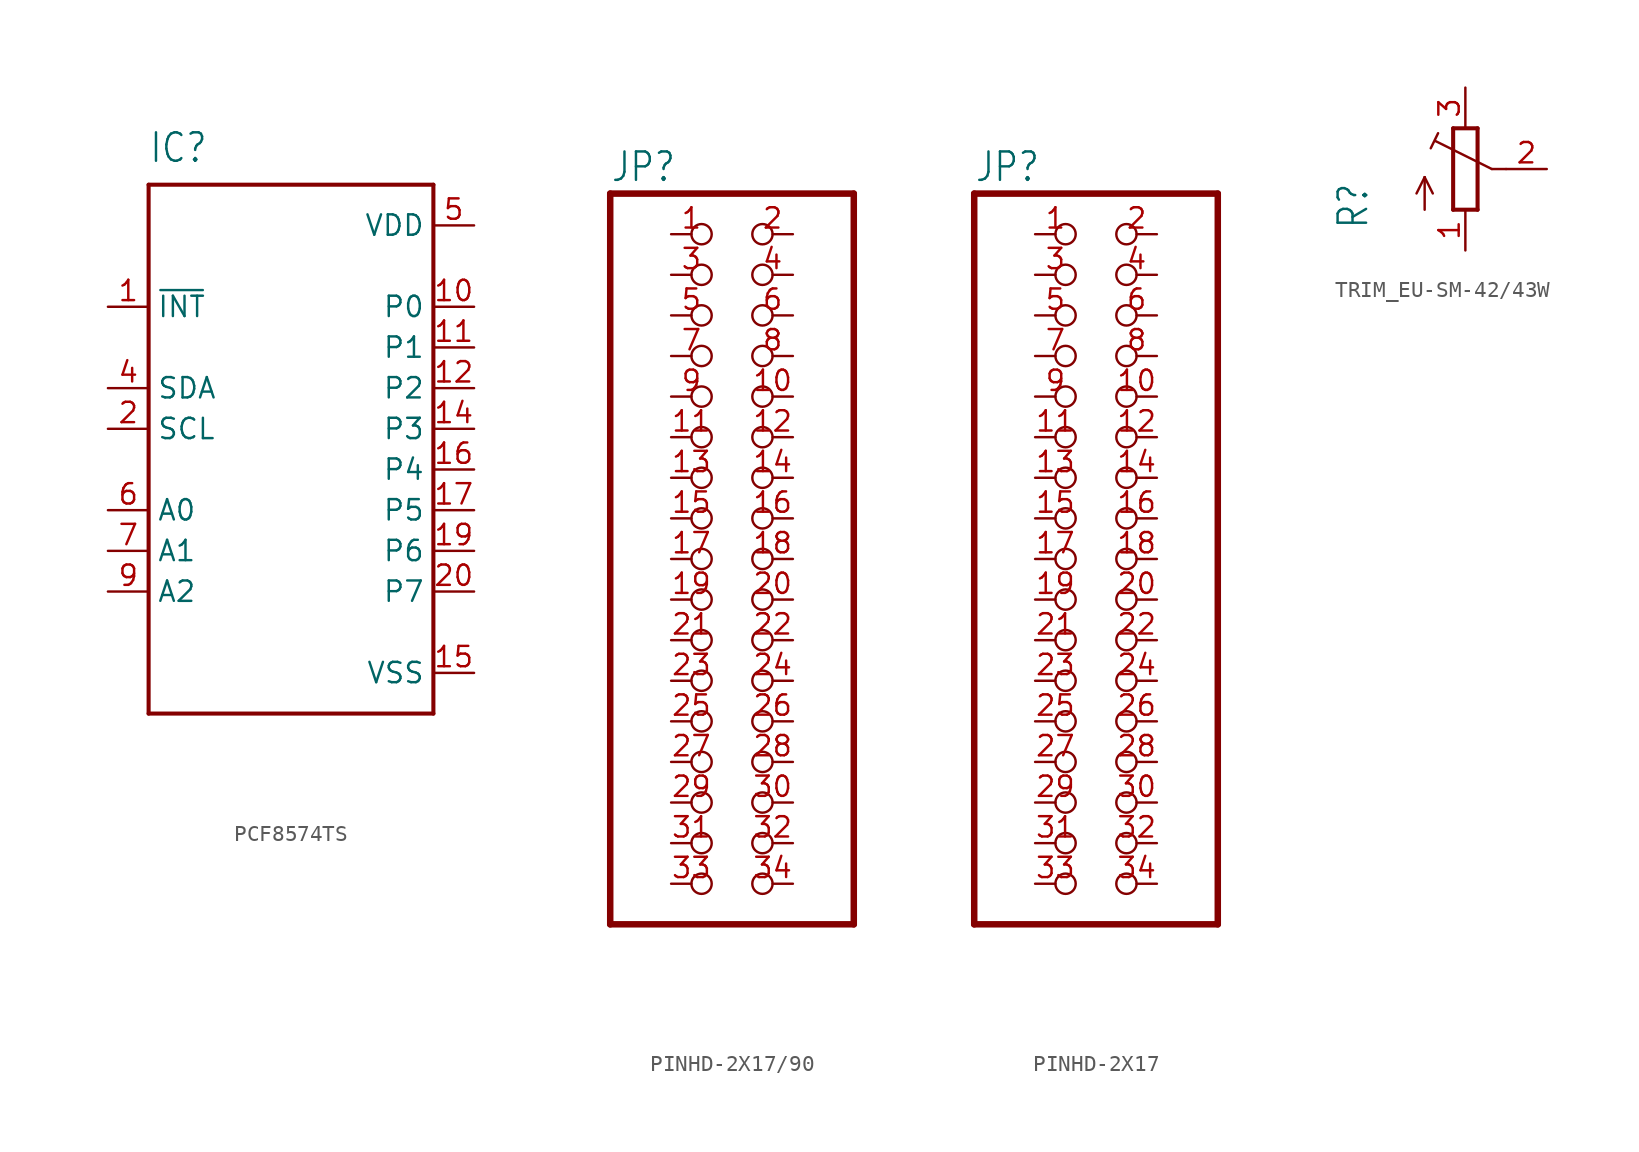
<source format=kicad_sym>
(kicad_symbol_lib
  (version 20220914)
  (generator kicad_symbol_editor)
  (symbol "PCF8574TS"
    (property "Reference" "IC"
      (at -7.62 16.51 0)
      (effects (font (size 1.778 1.511)) (justify left bottom)))
    (property "Value" ""
      (at -7.62 -20.32 0)
      (effects (font (size 1.778 1.511)) (justify left bottom)))
    (property "ki_locked" ""
      (at 0 0 0)
      (effects (font (size 1.27 1.27))))
    (symbol "PCF8574TS_1_0"
      (polyline (pts (xy -7.62 -17.78) (xy -7.62 15.24)) (stroke (width 0.254) (type solid)) (fill (type none)))
      (polyline (pts (xy -7.62 15.24) (xy 10.16 15.24)) (stroke (width 0.254) (type solid)) (fill (type none)))
      (polyline (pts (xy 10.16 -17.78) (xy -7.62 -17.78)) (stroke (width 0.254) (type solid)) (fill (type none)))
      (polyline (pts (xy 10.16 15.24) (xy 10.16 -17.78)) (stroke (width 0.254) (type solid)) (fill (type none)))
      (pin output line (at -10.16 7.62 0) (length 2.54) (name "~{INT}" (effects (font (size 1.27 1.27)))) (number "1" (effects (font (size 1.27 1.27)))))
      (pin bidirectional line (at 12.7 7.62 180) (length 2.54) (name "P0" (effects (font (size 1.27 1.27)))) (number "10" (effects (font (size 1.27 1.27)))))
      (pin bidirectional line (at 12.7 5.08 180) (length 2.54) (name "P1" (effects (font (size 1.27 1.27)))) (number "11" (effects (font (size 1.27 1.27)))))
      (pin bidirectional line (at 12.7 2.54 180) (length 2.54) (name "P2" (effects (font (size 1.27 1.27)))) (number "12" (effects (font (size 1.27 1.27)))))
      (pin bidirectional line (at 12.7 0 180) (length 2.54) (name "P3" (effects (font (size 1.27 1.27)))) (number "14" (effects (font (size 1.27 1.27)))))
      (pin power_in line (at 12.7 -15.24 180) (length 2.54) (name "VSS" (effects (font (size 1.27 1.27)))) (number "15" (effects (font (size 1.27 1.27)))))
      (pin bidirectional line (at 12.7 -2.54 180) (length 2.54) (name "P4" (effects (font (size 1.27 1.27)))) (number "16" (effects (font (size 1.27 1.27)))))
      (pin bidirectional line (at 12.7 -5.08 180) (length 2.54) (name "P5" (effects (font (size 1.27 1.27)))) (number "17" (effects (font (size 1.27 1.27)))))
      (pin bidirectional line (at 12.7 -7.62 180) (length 2.54) (name "P6" (effects (font (size 1.27 1.27)))) (number "19" (effects (font (size 1.27 1.27)))))
      (pin input line (at -10.16 0 0) (length 2.54) (name "SCL" (effects (font (size 1.27 1.27)))) (number "2" (effects (font (size 1.27 1.27)))))
      (pin bidirectional line (at 12.7 -10.16 180) (length 2.54) (name "P7" (effects (font (size 1.27 1.27)))) (number "20" (effects (font (size 1.27 1.27)))))
      (pin bidirectional line (at -10.16 2.54 0) (length 2.54) (name "SDA" (effects (font (size 1.27 1.27)))) (number "4" (effects (font (size 1.27 1.27)))))
      (pin power_in line (at 12.7 12.7 180) (length 2.54) (name "VDD" (effects (font (size 1.27 1.27)))) (number "5" (effects (font (size 1.27 1.27)))))
      (pin input line (at -10.16 -5.08 0) (length 2.54) (name "A0" (effects (font (size 1.27 1.27)))) (number "6" (effects (font (size 1.27 1.27)))))
      (pin input line (at -10.16 -7.62 0) (length 2.54) (name "A1" (effects (font (size 1.27 1.27)))) (number "7" (effects (font (size 1.27 1.27)))))
      (pin input line (at -10.16 -10.16 0) (length 2.54) (name "A2" (effects (font (size 1.27 1.27)))) (number "9" (effects (font (size 1.27 1.27)))))))
  (symbol "PINHD-2X17/90"
    (property "Reference" "JP"
      (at -6.35 23.495 0)
      (effects (font (size 1.778 1.511)) (justify left bottom)))
    (property "Value" ""
      (at -6.35 -25.4 0)
      (effects (font (size 1.778 1.511)) (justify left bottom)))
    (property "ki_locked" ""
      (at 0 0 0)
      (effects (font (size 1.27 1.27))))
    (symbol "PINHD-2X17/90_1_0"
      (polyline (pts (xy -6.35 -22.86) (xy 8.89 -22.86)) (stroke (width 0.406) (type solid)) (fill (type none)))
      (polyline (pts (xy -6.35 22.86) (xy -6.35 -22.86)) (stroke (width 0.406) (type solid)) (fill (type none)))
      (polyline (pts (xy 8.89 -22.86) (xy 8.89 22.86)) (stroke (width 0.406) (type solid)) (fill (type none)))
      (polyline (pts (xy 8.89 22.86) (xy -6.35 22.86)) (stroke (width 0.406) (type solid)) (fill (type none)))
      (pin passive inverted (at -2.54 20.32 0) (length 2.54) (name "1" (effects (font (size 0 0)))) (number "1" (effects (font (size 1.27 1.27)))))
      (pin passive inverted (at 5.08 10.16 180) (length 2.54) (name "10" (effects (font (size 0 0)))) (number "10" (effects (font (size 1.27 1.27)))))
      (pin passive inverted (at -2.54 7.62 0) (length 2.54) (name "11" (effects (font (size 0 0)))) (number "11" (effects (font (size 1.27 1.27)))))
      (pin passive inverted (at 5.08 7.62 180) (length 2.54) (name "12" (effects (font (size 0 0)))) (number "12" (effects (font (size 1.27 1.27)))))
      (pin passive inverted (at -2.54 5.08 0) (length 2.54) (name "13" (effects (font (size 0 0)))) (number "13" (effects (font (size 1.27 1.27)))))
      (pin passive inverted (at 5.08 5.08 180) (length 2.54) (name "14" (effects (font (size 0 0)))) (number "14" (effects (font (size 1.27 1.27)))))
      (pin passive inverted (at -2.54 2.54 0) (length 2.54) (name "15" (effects (font (size 0 0)))) (number "15" (effects (font (size 1.27 1.27)))))
      (pin passive inverted (at 5.08 2.54 180) (length 2.54) (name "16" (effects (font (size 0 0)))) (number "16" (effects (font (size 1.27 1.27)))))
      (pin passive inverted (at -2.54 0 0) (length 2.54) (name "17" (effects (font (size 0 0)))) (number "17" (effects (font (size 1.27 1.27)))))
      (pin passive inverted (at 5.08 0 180) (length 2.54) (name "18" (effects (font (size 0 0)))) (number "18" (effects (font (size 1.27 1.27)))))
      (pin passive inverted (at -2.54 -2.54 0) (length 2.54) (name "19" (effects (font (size 0 0)))) (number "19" (effects (font (size 1.27 1.27)))))
      (pin passive inverted (at 5.08 20.32 180) (length 2.54) (name "2" (effects (font (size 0 0)))) (number "2" (effects (font (size 1.27 1.27)))))
      (pin passive inverted (at 5.08 -2.54 180) (length 2.54) (name "20" (effects (font (size 0 0)))) (number "20" (effects (font (size 1.27 1.27)))))
      (pin passive inverted (at -2.54 -5.08 0) (length 2.54) (name "21" (effects (font (size 0 0)))) (number "21" (effects (font (size 1.27 1.27)))))
      (pin passive inverted (at 5.08 -5.08 180) (length 2.54) (name "22" (effects (font (size 0 0)))) (number "22" (effects (font (size 1.27 1.27)))))
      (pin passive inverted (at -2.54 -7.62 0) (length 2.54) (name "23" (effects (font (size 0 0)))) (number "23" (effects (font (size 1.27 1.27)))))
      (pin passive inverted (at 5.08 -7.62 180) (length 2.54) (name "24" (effects (font (size 0 0)))) (number "24" (effects (font (size 1.27 1.27)))))
      (pin passive inverted (at -2.54 -10.16 0) (length 2.54) (name "25" (effects (font (size 0 0)))) (number "25" (effects (font (size 1.27 1.27)))))
      (pin passive inverted (at 5.08 -10.16 180) (length 2.54) (name "26" (effects (font (size 0 0)))) (number "26" (effects (font (size 1.27 1.27)))))
      (pin passive inverted (at -2.54 -12.7 0) (length 2.54) (name "27" (effects (font (size 0 0)))) (number "27" (effects (font (size 1.27 1.27)))))
      (pin passive inverted (at 5.08 -12.7 180) (length 2.54) (name "28" (effects (font (size 0 0)))) (number "28" (effects (font (size 1.27 1.27)))))
      (pin passive inverted (at -2.54 -15.24 0) (length 2.54) (name "29" (effects (font (size 0 0)))) (number "29" (effects (font (size 1.27 1.27)))))
      (pin passive inverted (at -2.54 17.78 0) (length 2.54) (name "3" (effects (font (size 0 0)))) (number "3" (effects (font (size 1.27 1.27)))))
      (pin passive inverted (at 5.08 -15.24 180) (length 2.54) (name "30" (effects (font (size 0 0)))) (number "30" (effects (font (size 1.27 1.27)))))
      (pin passive inverted (at -2.54 -17.78 0) (length 2.54) (name "31" (effects (font (size 0 0)))) (number "31" (effects (font (size 1.27 1.27)))))
      (pin passive inverted (at 5.08 -17.78 180) (length 2.54) (name "32" (effects (font (size 0 0)))) (number "32" (effects (font (size 1.27 1.27)))))
      (pin passive inverted (at -2.54 -20.32 0) (length 2.54) (name "33" (effects (font (size 0 0)))) (number "33" (effects (font (size 1.27 1.27)))))
      (pin passive inverted (at 5.08 -20.32 180) (length 2.54) (name "34" (effects (font (size 0 0)))) (number "34" (effects (font (size 1.27 1.27)))))
      (pin passive inverted (at 5.08 17.78 180) (length 2.54) (name "4" (effects (font (size 0 0)))) (number "4" (effects (font (size 1.27 1.27)))))
      (pin passive inverted (at -2.54 15.24 0) (length 2.54) (name "5" (effects (font (size 0 0)))) (number "5" (effects (font (size 1.27 1.27)))))
      (pin passive inverted (at 5.08 15.24 180) (length 2.54) (name "6" (effects (font (size 0 0)))) (number "6" (effects (font (size 1.27 1.27)))))
      (pin passive inverted (at -2.54 12.7 0) (length 2.54) (name "7" (effects (font (size 0 0)))) (number "7" (effects (font (size 1.27 1.27)))))
      (pin passive inverted (at 5.08 12.7 180) (length 2.54) (name "8" (effects (font (size 0 0)))) (number "8" (effects (font (size 1.27 1.27)))))
      (pin passive inverted (at -2.54 10.16 0) (length 2.54) (name "9" (effects (font (size 0 0)))) (number "9" (effects (font (size 1.27 1.27)))))))
  (symbol "PINHD-2X17"
    (property "Reference" "JP"
      (at -6.35 23.495 0)
      (effects (font (size 1.778 1.511)) (justify left bottom)))
    (property "Value" ""
      (at -6.35 -25.4 0)
      (effects (font (size 1.778 1.511)) (justify left bottom)))
    (property "ki_locked" ""
      (at 0 0 0)
      (effects (font (size 1.27 1.27))))
    (symbol "PINHD-2X17_1_0"
      (polyline (pts (xy -6.35 -22.86) (xy 8.89 -22.86)) (stroke (width 0.406) (type solid)) (fill (type none)))
      (polyline (pts (xy -6.35 22.86) (xy -6.35 -22.86)) (stroke (width 0.406) (type solid)) (fill (type none)))
      (polyline (pts (xy 8.89 -22.86) (xy 8.89 22.86)) (stroke (width 0.406) (type solid)) (fill (type none)))
      (polyline (pts (xy 8.89 22.86) (xy -6.35 22.86)) (stroke (width 0.406) (type solid)) (fill (type none)))
      (pin passive inverted (at -2.54 20.32 0) (length 2.54) (name "1" (effects (font (size 0 0)))) (number "1" (effects (font (size 1.27 1.27)))))
      (pin passive inverted (at 5.08 10.16 180) (length 2.54) (name "10" (effects (font (size 0 0)))) (number "10" (effects (font (size 1.27 1.27)))))
      (pin passive inverted (at -2.54 7.62 0) (length 2.54) (name "11" (effects (font (size 0 0)))) (number "11" (effects (font (size 1.27 1.27)))))
      (pin passive inverted (at 5.08 7.62 180) (length 2.54) (name "12" (effects (font (size 0 0)))) (number "12" (effects (font (size 1.27 1.27)))))
      (pin passive inverted (at -2.54 5.08 0) (length 2.54) (name "13" (effects (font (size 0 0)))) (number "13" (effects (font (size 1.27 1.27)))))
      (pin passive inverted (at 5.08 5.08 180) (length 2.54) (name "14" (effects (font (size 0 0)))) (number "14" (effects (font (size 1.27 1.27)))))
      (pin passive inverted (at -2.54 2.54 0) (length 2.54) (name "15" (effects (font (size 0 0)))) (number "15" (effects (font (size 1.27 1.27)))))
      (pin passive inverted (at 5.08 2.54 180) (length 2.54) (name "16" (effects (font (size 0 0)))) (number "16" (effects (font (size 1.27 1.27)))))
      (pin passive inverted (at -2.54 0 0) (length 2.54) (name "17" (effects (font (size 0 0)))) (number "17" (effects (font (size 1.27 1.27)))))
      (pin passive inverted (at 5.08 0 180) (length 2.54) (name "18" (effects (font (size 0 0)))) (number "18" (effects (font (size 1.27 1.27)))))
      (pin passive inverted (at -2.54 -2.54 0) (length 2.54) (name "19" (effects (font (size 0 0)))) (number "19" (effects (font (size 1.27 1.27)))))
      (pin passive inverted (at 5.08 20.32 180) (length 2.54) (name "2" (effects (font (size 0 0)))) (number "2" (effects (font (size 1.27 1.27)))))
      (pin passive inverted (at 5.08 -2.54 180) (length 2.54) (name "20" (effects (font (size 0 0)))) (number "20" (effects (font (size 1.27 1.27)))))
      (pin passive inverted (at -2.54 -5.08 0) (length 2.54) (name "21" (effects (font (size 0 0)))) (number "21" (effects (font (size 1.27 1.27)))))
      (pin passive inverted (at 5.08 -5.08 180) (length 2.54) (name "22" (effects (font (size 0 0)))) (number "22" (effects (font (size 1.27 1.27)))))
      (pin passive inverted (at -2.54 -7.62 0) (length 2.54) (name "23" (effects (font (size 0 0)))) (number "23" (effects (font (size 1.27 1.27)))))
      (pin passive inverted (at 5.08 -7.62 180) (length 2.54) (name "24" (effects (font (size 0 0)))) (number "24" (effects (font (size 1.27 1.27)))))
      (pin passive inverted (at -2.54 -10.16 0) (length 2.54) (name "25" (effects (font (size 0 0)))) (number "25" (effects (font (size 1.27 1.27)))))
      (pin passive inverted (at 5.08 -10.16 180) (length 2.54) (name "26" (effects (font (size 0 0)))) (number "26" (effects (font (size 1.27 1.27)))))
      (pin passive inverted (at -2.54 -12.7 0) (length 2.54) (name "27" (effects (font (size 0 0)))) (number "27" (effects (font (size 1.27 1.27)))))
      (pin passive inverted (at 5.08 -12.7 180) (length 2.54) (name "28" (effects (font (size 0 0)))) (number "28" (effects (font (size 1.27 1.27)))))
      (pin passive inverted (at -2.54 -15.24 0) (length 2.54) (name "29" (effects (font (size 0 0)))) (number "29" (effects (font (size 1.27 1.27)))))
      (pin passive inverted (at -2.54 17.78 0) (length 2.54) (name "3" (effects (font (size 0 0)))) (number "3" (effects (font (size 1.27 1.27)))))
      (pin passive inverted (at 5.08 -15.24 180) (length 2.54) (name "30" (effects (font (size 0 0)))) (number "30" (effects (font (size 1.27 1.27)))))
      (pin passive inverted (at -2.54 -17.78 0) (length 2.54) (name "31" (effects (font (size 0 0)))) (number "31" (effects (font (size 1.27 1.27)))))
      (pin passive inverted (at 5.08 -17.78 180) (length 2.54) (name "32" (effects (font (size 0 0)))) (number "32" (effects (font (size 1.27 1.27)))))
      (pin passive inverted (at -2.54 -20.32 0) (length 2.54) (name "33" (effects (font (size 0 0)))) (number "33" (effects (font (size 1.27 1.27)))))
      (pin passive inverted (at 5.08 -20.32 180) (length 2.54) (name "34" (effects (font (size 0 0)))) (number "34" (effects (font (size 1.27 1.27)))))
      (pin passive inverted (at 5.08 17.78 180) (length 2.54) (name "4" (effects (font (size 0 0)))) (number "4" (effects (font (size 1.27 1.27)))))
      (pin passive inverted (at -2.54 15.24 0) (length 2.54) (name "5" (effects (font (size 0 0)))) (number "5" (effects (font (size 1.27 1.27)))))
      (pin passive inverted (at 5.08 15.24 180) (length 2.54) (name "6" (effects (font (size 0 0)))) (number "6" (effects (font (size 1.27 1.27)))))
      (pin passive inverted (at -2.54 12.7 0) (length 2.54) (name "7" (effects (font (size 0 0)))) (number "7" (effects (font (size 1.27 1.27)))))
      (pin passive inverted (at 5.08 12.7 180) (length 2.54) (name "8" (effects (font (size 0 0)))) (number "8" (effects (font (size 1.27 1.27)))))
      (pin passive inverted (at -2.54 10.16 0) (length 2.54) (name "9" (effects (font (size 0 0)))) (number "9" (effects (font (size 1.27 1.27)))))))
  (symbol "TRIM_EU-SM-42/43W"
    (property "Reference" "R"
      (at -5.969 -3.81 90)
      (effects (font (size 1.778 1.511)) (justify left bottom)))
    (property "Value" ""
      (at -3.81 -3.81 90)
      (effects (font (size 1.778 1.511)) (justify left bottom)))
    (property "ki_locked" ""
      (at 0 0 0)
      (effects (font (size 1.27 1.27))))
    (symbol "TRIM_EU-SM-42/43W_1_0"
      (polyline (pts (xy -2.54 -2.54) (xy -2.54 -0.508)) (stroke (width 0.152) (type solid)) (fill (type none)))
      (polyline (pts (xy -2.54 -0.508) (xy -3.048 -1.524)) (stroke (width 0.152) (type solid)) (fill (type none)))
      (polyline (pts (xy -2.54 -0.508) (xy -2.032 -1.524)) (stroke (width 0.152) (type solid)) (fill (type none)))
      (polyline (pts (xy -2.16 1.294) (xy -1.702 2.235)) (stroke (width 0.152) (type solid)) (fill (type none)))
      (polyline (pts (xy -0.762 -2.54) (xy 0.762 -2.54)) (stroke (width 0.254) (type solid)) (fill (type none)))
      (polyline (pts (xy -0.762 2.54) (xy -0.762 -2.54)) (stroke (width 0.254) (type solid)) (fill (type none)))
      (polyline (pts (xy 0.762 -2.54) (xy 0.762 2.54)) (stroke (width 0.254) (type solid)) (fill (type none)))
      (polyline (pts (xy 0.762 2.54) (xy -0.762 2.54)) (stroke (width 0.254) (type solid)) (fill (type none)))
      (polyline (pts (xy 1.651 0) (xy -1.88 1.753)) (stroke (width 0.152) (type solid)) (fill (type none)))
      (polyline (pts (xy 2.54 0) (xy 1.651 0)) (stroke (width 0.152) (type solid)) (fill (type none)))
      (pin passive line (at 0 -5.08 90) (length 2.54) (name "A" (effects (font (size 0 0)))) (number "1" (effects (font (size 1.27 1.27)))))
      (pin passive line (at 5.08 0 180) (length 2.54) (name "S" (effects (font (size 0 0)))) (number "2" (effects (font (size 1.27 1.27)))))
      (pin passive line (at 0 5.08 270) (length 2.54) (name "E" (effects (font (size 0 0)))) (number "3" (effects (font (size 1.27 1.27))))))))
</source>
